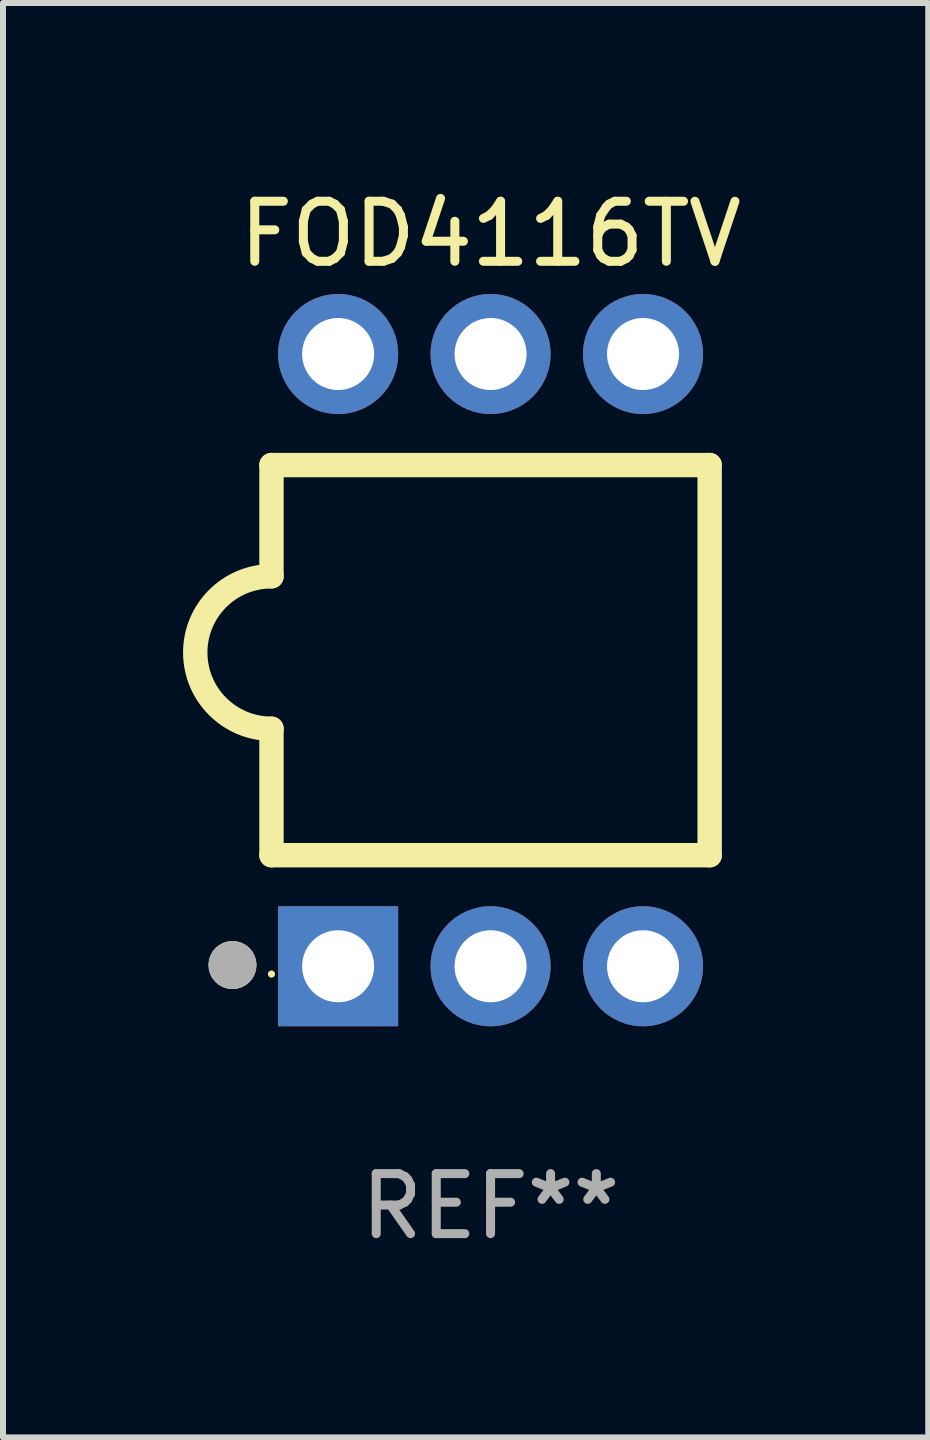
<source format=kicad_pcb>
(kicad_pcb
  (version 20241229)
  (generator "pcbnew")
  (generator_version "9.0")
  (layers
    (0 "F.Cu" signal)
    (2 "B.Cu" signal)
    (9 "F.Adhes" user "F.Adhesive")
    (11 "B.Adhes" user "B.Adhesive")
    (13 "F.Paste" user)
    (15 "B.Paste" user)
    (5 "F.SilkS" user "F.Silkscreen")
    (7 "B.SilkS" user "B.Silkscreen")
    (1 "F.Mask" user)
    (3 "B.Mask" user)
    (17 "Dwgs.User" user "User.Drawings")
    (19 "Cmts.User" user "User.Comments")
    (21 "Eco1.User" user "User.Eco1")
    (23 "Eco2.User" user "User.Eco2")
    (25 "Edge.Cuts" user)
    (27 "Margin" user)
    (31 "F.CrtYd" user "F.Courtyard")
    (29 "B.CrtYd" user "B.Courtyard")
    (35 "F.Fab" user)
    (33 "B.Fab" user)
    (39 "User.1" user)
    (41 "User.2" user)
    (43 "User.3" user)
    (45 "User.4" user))
  (footprint "FOD4116TV"
    (layer "F.Cu")
    (at 5.123 7.948)
    (property "Reference" "FOD4116TV" (at 0 -7.1 0) (layer "F.SilkS") (effects (font (size 1 1) (thickness 0.15))))
    (attr through_hole)
    (fp_line (start -3.65 1.143) (end -3.65 3.25) (stroke (width 0.406) (type solid)) (layer "F.SilkS"))
    (fp_line (start -3.65 -3.25) (end -3.65 -1.397) (stroke (width 0.406) (type solid)) (layer "F.SilkS"))
    (fp_line (start -3.65 -3.25) (end 3.65 -3.25) (stroke (width 0.406) (type solid)) (layer "F.SilkS"))
    (fp_line (start 3.65 -3.25) (end 3.65 3.25) (stroke (width 0.406) (type solid)) (layer "F.SilkS"))
    (fp_line (start 3.65 3.25) (end -3.65 3.25) (stroke (width 0.406) (type solid)) (layer "F.SilkS"))
    (fp_arc (start -3.650013 1.143002) (mid -4.919989 -0.127014) (end -3.649986 -1.397002) (stroke (width 0.4064) (type solid)) (layer "F.SilkS"))
    (fp_circle (center -4.3 5.08) (end -4.1 5.08) (stroke (width 0.4) (type solid)) (fill no) (layer "F.SilkS"))
    (fp_circle (center -3.65 5.23) (end -3.62 5.23) (stroke (width 0.06) (type solid)) (fill no) (layer "F.SilkS"))
    (fp_circle (center -4.3 5.08) (end -4.1 5.08) (stroke (width 0.4) (type solid)) (fill no) (layer "F.Fab"))
    (fp_text user "REF**" (at 0 9.1 0) (layer "F.Fab") (effects (font (size 1 1) (thickness 0.15))))
    (pad "1" thru_hole rect (at -2.54 5.1 90) (size 2 2) (drill 1.2) (layers "*.Cu" "*.Mask"))
    (pad "2" thru_hole circle (at 0 5.1) (size 2 2) (drill 1.2) (layers "*.Cu" "*.Mask"))
    (pad "3" thru_hole circle (at 2.54 5.1) (size 2 2) (drill 1.2) (layers "*.Cu" "*.Mask"))
    (pad "4" thru_hole circle (at 2.54 -5.1) (size 2 2) (drill 1.2) (layers "*.Cu" "*.Mask"))
    (pad "5" thru_hole circle (at 0 -5.1) (size 2 2) (drill 1.2) (layers "*.Cu" "*.Mask"))
    (pad "6" thru_hole circle (at -2.54 -5.1) (size 2 2) (drill 1.2) (layers "*.Cu" "*.Mask")))
  (gr_rect
    (start -3 -3)
    (end 12.415 20.897)
    (stroke (width 0.1) (type default))
    (fill no)
    (layer "Edge.Cuts")))
</source>
